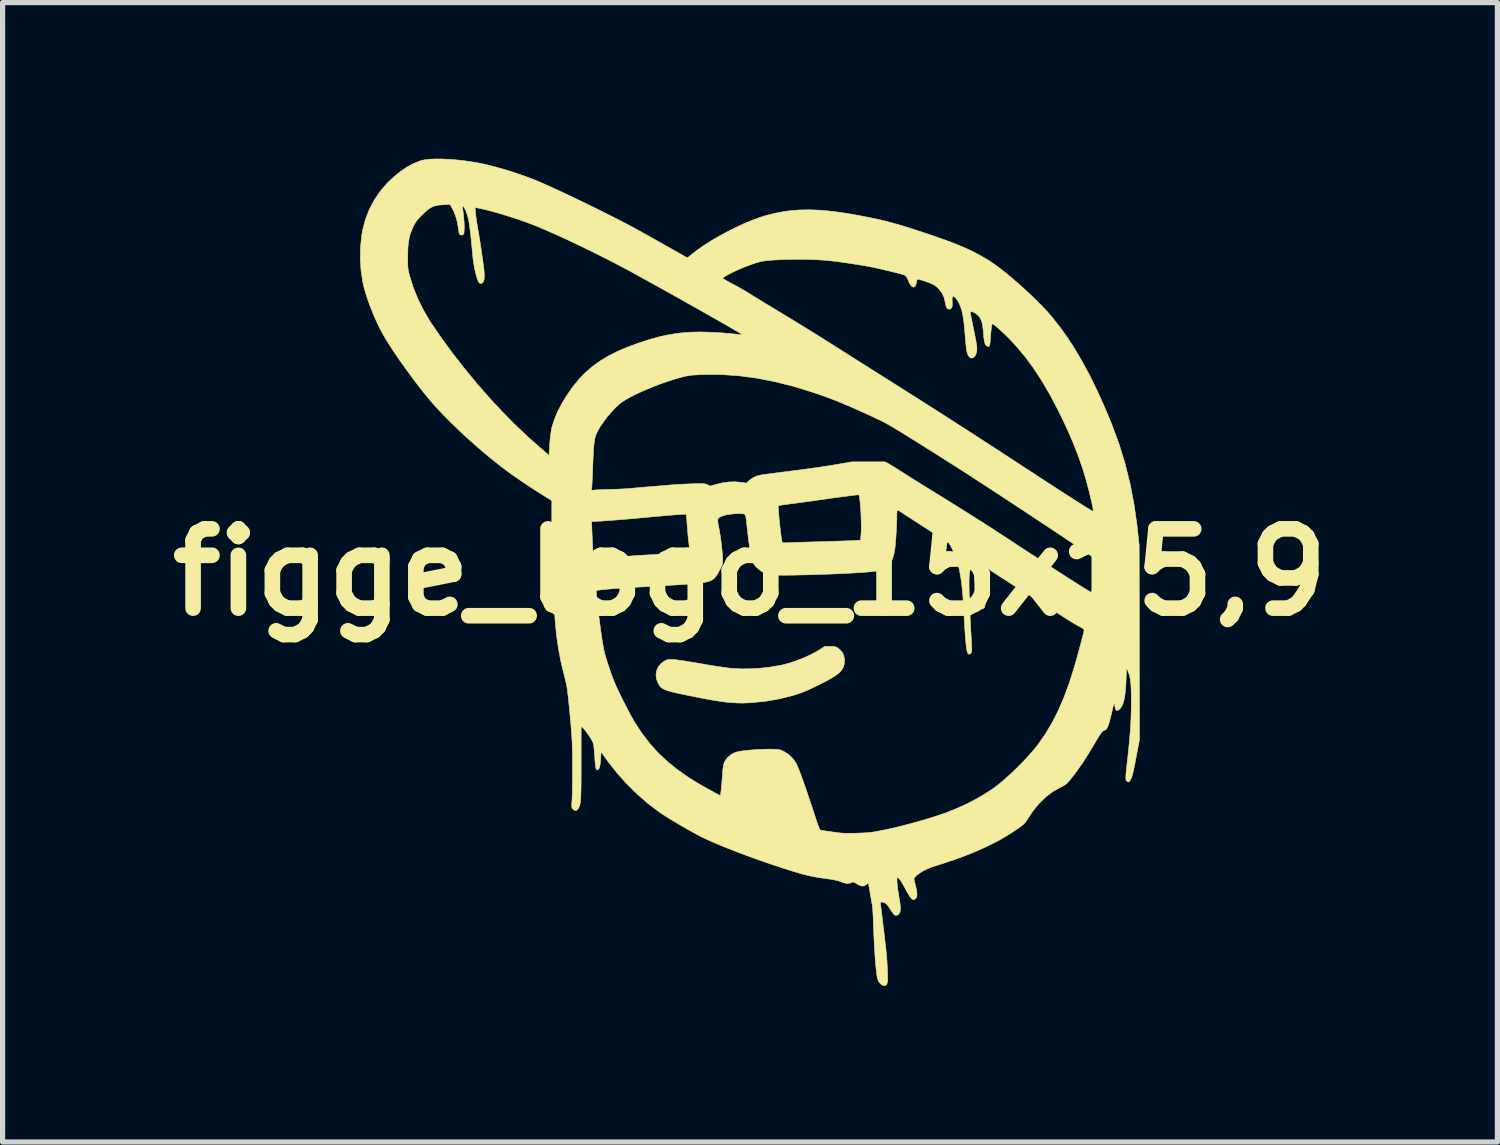
<source format=kicad_pcb>
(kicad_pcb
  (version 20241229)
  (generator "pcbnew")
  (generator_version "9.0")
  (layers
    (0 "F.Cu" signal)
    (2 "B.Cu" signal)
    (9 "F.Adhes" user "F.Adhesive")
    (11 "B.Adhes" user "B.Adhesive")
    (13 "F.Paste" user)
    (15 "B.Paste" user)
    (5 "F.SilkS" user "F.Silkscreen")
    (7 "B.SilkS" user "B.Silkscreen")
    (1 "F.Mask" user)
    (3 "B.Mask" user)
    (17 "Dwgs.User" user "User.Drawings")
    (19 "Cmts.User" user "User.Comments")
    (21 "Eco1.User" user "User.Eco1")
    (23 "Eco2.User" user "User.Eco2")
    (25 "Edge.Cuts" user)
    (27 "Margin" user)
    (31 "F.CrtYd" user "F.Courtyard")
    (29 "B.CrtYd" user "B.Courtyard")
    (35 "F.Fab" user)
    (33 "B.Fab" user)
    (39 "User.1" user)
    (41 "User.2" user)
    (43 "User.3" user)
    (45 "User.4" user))
  (footprint "figge_logo_15x15,9"
    (layer "F.Cu")
    (at 11.365 7.949)
    (property "Reference" "figge_logo_15x15,9" (at 0 0 0) (layer "F.SilkS") (effects (font (size 1.524 1.524) (thickness 0.3))))
    (attr through_hole)
    (fp_poly (pts (xy 1.59 1.424) (xy 1.635 1.431) (xy 1.67 1.444) (xy 1.703 1.467) (xy 1.722 1.483) (xy 1.772 1.537) (xy 1.802 1.596) (xy 1.815 1.668) (xy 1.816 1.699) (xy 1.812 1.754) (xy 1.8 1.805) (xy 1.779 1.851) (xy 1.747 1.896) (xy 1.702 1.941) (xy 1.642 1.986) (xy 1.566 2.034) (xy 1.472 2.087) (xy 1.358 2.145) (xy 1.299 2.174) (xy 1.203 2.221) (xy 1.121 2.259) (xy 1.05 2.289) (xy 0.984 2.315) (xy 0.918 2.338) (xy 0.847 2.361) (xy 0.816 2.37) (xy 0.577 2.43) (xy 0.325 2.475) (xy 0.062 2.503) (xy 0.035 2.505) (xy -0.038 2.509) (xy -0.094 2.512) (xy -0.142 2.514) (xy -0.186 2.513) (xy -0.236 2.512) (xy -0.294 2.509) (xy -0.375 2.503) (xy -0.46 2.495) (xy -0.552 2.483) (xy -0.652 2.468) (xy -0.765 2.449) (xy -0.893 2.426) (xy -1.038 2.397) (xy -1.147 2.376) (xy -1.274 2.349) (xy -1.381 2.327) (xy -1.469 2.307) (xy -1.541 2.288) (xy -1.598 2.271) (xy -1.643 2.253) (xy -1.679 2.235) (xy -1.706 2.215) (xy -1.728 2.192) (xy -1.747 2.166) (xy -1.765 2.136) (xy -1.767 2.131) (xy -1.798 2.052) (xy -1.807 1.971) (xy -1.796 1.892) (xy -1.764 1.819) (xy -1.713 1.756) (xy -1.653 1.711) (xy -1.632 1.699) (xy -1.612 1.689) (xy -1.591 1.682) (xy -1.566 1.677) (xy -1.537 1.675) (xy -1.501 1.675) (xy -1.455 1.678) (xy -1.399 1.684) (xy -1.331 1.694) (xy -1.247 1.706) (xy -1.148 1.723) (xy -1.03 1.742) (xy -0.892 1.766) (xy -0.806 1.781) (xy -0.713 1.796) (xy -0.618 1.811) (xy -0.526 1.824) (xy -0.443 1.836) (xy -0.374 1.844) (xy -0.341 1.847) (xy -0.168 1.856) (xy 0.018 1.854) (xy 0.21 1.842) (xy 0.4 1.82) (xy 0.582 1.789) (xy 0.623 1.78) (xy 0.751 1.746) (xy 0.886 1.702) (xy 1.022 1.649) (xy 1.152 1.59) (xy 1.269 1.529) (xy 1.33 1.492) (xy 1.439 1.423) (xy 1.53 1.423) (xy 1.59 1.424)) (stroke (width 0.01) (type solid)) (fill yes) (layer "F.SilkS"))
    (fp_poly (pts (xy -5.918 -7.943) (xy -5.787 -7.937) (xy -5.649 -7.927) (xy -5.506 -7.911) (xy -5.362 -7.891) (xy -5.219 -7.867) (xy -5.209 -7.865) (xy -5.073 -7.836) (xy -4.921 -7.798) (xy -4.759 -7.753) (xy -4.592 -7.702) (xy -4.428 -7.648) (xy -4.27 -7.592) (xy -4.124 -7.536) (xy -4.051 -7.505) (xy -3.926 -7.45) (xy -3.784 -7.385) (xy -3.629 -7.314) (xy -3.464 -7.236) (xy -3.293 -7.154) (xy -3.119 -7.07) (xy -2.946 -6.986) (xy -2.778 -6.902) (xy -2.616 -6.82) (xy -2.466 -6.743) (xy -2.329 -6.672) (xy -2.211 -6.609) (xy -2.199 -6.602) (xy -2.145 -6.572) (xy -2.076 -6.534) (xy -1.994 -6.488) (xy -1.904 -6.438) (xy -1.808 -6.384) (xy -1.709 -6.328) (xy -1.611 -6.273) (xy -1.517 -6.22) (xy -1.429 -6.171) (xy -1.352 -6.127) (xy -1.289 -6.091) (xy -1.242 -6.064) (xy -1.233 -6.059) (xy -1.216 -6.05) (xy -1.202 -6.049) (xy -1.185 -6.058) (xy -1.159 -6.078) (xy -1.133 -6.1) (xy -1.025 -6.185) (xy -0.899 -6.274) (xy -0.757 -6.365) (xy -0.605 -6.454) (xy -0.445 -6.541) (xy -0.282 -6.623) (xy -0.12 -6.699) (xy 0.038 -6.765) (xy 0.187 -6.82) (xy 0.304 -6.856) (xy 0.467 -6.898) (xy 0.629 -6.93) (xy 0.793 -6.952) (xy 0.962 -6.964) (xy 1.137 -6.967) (xy 1.322 -6.96) (xy 1.518 -6.944) (xy 1.729 -6.918) (xy 1.957 -6.882) (xy 2.14 -6.848) (xy 2.275 -6.822) (xy 2.398 -6.797) (xy 2.514 -6.771) (xy 2.626 -6.744) (xy 2.738 -6.714) (xy 2.854 -6.682) (xy 2.978 -6.644) (xy 3.113 -6.602) (xy 3.264 -6.552) (xy 3.376 -6.515) (xy 3.555 -6.455) (xy 3.714 -6.399) (xy 3.856 -6.347) (xy 3.984 -6.297) (xy 4.099 -6.249) (xy 4.206 -6.201) (xy 4.307 -6.152) (xy 4.404 -6.1) (xy 4.5 -6.046) (xy 4.58 -5.998) (xy 4.671 -5.938) (xy 4.775 -5.863) (xy 4.888 -5.775) (xy 5.008 -5.677) (xy 5.131 -5.571) (xy 5.256 -5.46) (xy 5.378 -5.347) (xy 5.496 -5.234) (xy 5.605 -5.124) (xy 5.705 -5.019) (xy 5.79 -4.922) (xy 5.805 -4.904) (xy 5.961 -4.706) (xy 6.111 -4.495) (xy 6.256 -4.27) (xy 6.397 -4.028) (xy 6.536 -3.769) (xy 6.672 -3.491) (xy 6.807 -3.192) (xy 6.941 -2.872) (xy 6.961 -2.822) (xy 7.094 -2.46) (xy 7.208 -2.087) (xy 7.304 -1.704) (xy 7.38 -1.309) (xy 7.438 -0.9) (xy 7.449 -0.8) (xy 7.479 -0.523) (xy 7.482 1.346) (xy 7.485 3.216) (xy 7.44 3.451) (xy 7.418 3.568) (xy 7.4 3.663) (xy 7.384 3.741) (xy 7.371 3.803) (xy 7.36 3.852) (xy 7.35 3.891) (xy 7.34 3.922) (xy 7.331 3.947) (xy 7.321 3.97) (xy 7.299 4.011) (xy 7.28 4.03) (xy 7.26 4.028) (xy 7.238 4.01) (xy 7.232 4.002) (xy 7.227 3.992) (xy 7.224 3.977) (xy 7.222 3.956) (xy 7.223 3.926) (xy 7.225 3.886) (xy 7.23 3.832) (xy 7.237 3.763) (xy 7.246 3.676) (xy 7.258 3.57) (xy 7.267 3.487) (xy 7.286 3.304) (xy 7.301 3.138) (xy 7.313 2.983) (xy 7.321 2.83) (xy 7.326 2.676) (xy 7.328 2.512) (xy 7.328 2.469) (xy 7.327 2.342) (xy 7.325 2.235) (xy 7.319 2.146) (xy 7.311 2.071) (xy 7.299 2.008) (xy 7.284 1.953) (xy 7.265 1.903) (xy 7.263 1.899) (xy 7.236 1.84) (xy 7.228 2.052) (xy 7.222 2.188) (xy 7.212 2.302) (xy 7.199 2.398) (xy 7.183 2.476) (xy 7.162 2.54) (xy 7.136 2.59) (xy 7.107 2.628) (xy 7.076 2.651) (xy 7.052 2.655) (xy 7.037 2.65) (xy 7.027 2.635) (xy 7.018 2.604) (xy 7.014 2.581) (xy 7.007 2.546) (xy 7 2.525) (xy 6.995 2.522) (xy 6.99 2.538) (xy 6.981 2.571) (xy 6.969 2.618) (xy 6.957 2.673) (xy 6.956 2.675) (xy 6.93 2.786) (xy 6.907 2.875) (xy 6.884 2.943) (xy 6.863 2.991) (xy 6.843 3.021) (xy 6.823 3.033) (xy 6.818 3.034) (xy 6.799 3.039) (xy 6.778 3.055) (xy 6.752 3.083) (xy 6.721 3.127) (xy 6.683 3.187) (xy 6.636 3.266) (xy 6.619 3.296) (xy 6.505 3.486) (xy 6.388 3.668) (xy 6.269 3.836) (xy 6.186 3.944) (xy 6.143 3.997) (xy 6.11 4.036) (xy 6.083 4.064) (xy 6.058 4.084) (xy 6.03 4.101) (xy 5.996 4.119) (xy 5.978 4.127) (xy 5.83 4.209) (xy 5.69 4.313) (xy 5.561 4.437) (xy 5.442 4.581) (xy 5.338 4.738) (xy 5.302 4.792) (xy 5.266 4.834) (xy 5.219 4.874) (xy 5.201 4.888) (xy 5 5.025) (xy 4.777 5.156) (xy 4.532 5.279) (xy 4.264 5.397) (xy 3.974 5.507) (xy 3.663 5.611) (xy 3.61 5.627) (xy 3.489 5.667) (xy 3.392 5.706) (xy 3.334 5.736) (xy 3.271 5.774) (xy 3.218 5.813) (xy 3.179 5.848) (xy 3.156 5.878) (xy 3.151 5.893) (xy 3.154 5.913) (xy 3.162 5.949) (xy 3.174 5.996) (xy 3.181 6.023) (xy 3.201 6.11) (xy 3.209 6.178) (xy 3.206 6.228) (xy 3.191 6.262) (xy 3.187 6.268) (xy 3.165 6.285) (xy 3.144 6.292) (xy 3.122 6.285) (xy 3.098 6.264) (xy 3.069 6.227) (xy 3.035 6.172) (xy 2.993 6.098) (xy 2.976 6.065) (xy 2.934 5.991) (xy 2.901 5.935) (xy 2.874 5.898) (xy 2.852 5.876) (xy 2.834 5.868) (xy 2.831 5.868) (xy 2.825 5.879) (xy 2.824 5.91) (xy 2.826 5.96) (xy 2.832 6.023) (xy 2.841 6.1) (xy 2.854 6.185) (xy 2.863 6.244) (xy 2.877 6.328) (xy 2.886 6.392) (xy 2.891 6.442) (xy 2.891 6.48) (xy 2.887 6.51) (xy 2.879 6.537) (xy 2.876 6.544) (xy 2.852 6.578) (xy 2.819 6.594) (xy 2.783 6.589) (xy 2.779 6.587) (xy 2.763 6.572) (xy 2.74 6.542) (xy 2.712 6.502) (xy 2.695 6.474) (xy 2.655 6.414) (xy 2.619 6.373) (xy 2.585 6.349) (xy 2.549 6.339) (xy 2.533 6.338) (xy 2.513 6.34) (xy 2.506 6.35) (xy 2.507 6.375) (xy 2.509 6.382) (xy 2.512 6.409) (xy 2.518 6.457) (xy 2.526 6.52) (xy 2.536 6.597) (xy 2.546 6.684) (xy 2.557 6.777) (xy 2.569 6.873) (xy 2.58 6.969) (xy 2.591 7.061) (xy 2.6 7.145) (xy 2.609 7.22) (xy 2.615 7.28) (xy 2.617 7.291) (xy 2.624 7.363) (xy 2.63 7.444) (xy 2.635 7.528) (xy 2.64 7.611) (xy 2.643 7.69) (xy 2.645 7.761) (xy 2.645 7.82) (xy 2.644 7.862) (xy 2.642 7.882) (xy 2.623 7.924) (xy 2.596 7.945) (xy 2.562 7.944) (xy 2.523 7.921) (xy 2.505 7.905) (xy 2.469 7.86) (xy 2.449 7.807) (xy 2.448 7.8) (xy 2.437 7.739) (xy 2.427 7.656) (xy 2.416 7.553) (xy 2.406 7.432) (xy 2.397 7.295) (xy 2.388 7.144) (xy 2.38 6.98) (xy 2.373 6.806) (xy 2.369 6.685) (xy 2.366 6.609) (xy 2.362 6.538) (xy 2.358 6.476) (xy 2.354 6.428) (xy 2.35 6.398) (xy 2.35 6.397) (xy 2.344 6.367) (xy 2.335 6.319) (xy 2.325 6.259) (xy 2.313 6.193) (xy 2.308 6.162) (xy 2.297 6.099) (xy 2.288 6.046) (xy 2.28 6.004) (xy 2.275 5.98) (xy 2.274 5.975) (xy 2.264 5.979) (xy 2.243 5.994) (xy 2.234 6.002) (xy 2.194 6.026) (xy 2.152 6.031) (xy 2.104 6.017) (xy 2.058 5.991) (xy 2.02 5.968) (xy 1.996 5.955) (xy 1.977 5.953) (xy 1.958 5.959) (xy 1.938 5.969) (xy 1.898 5.981) (xy 1.85 5.98) (xy 1.79 5.964) (xy 1.746 5.947) (xy 1.694 5.929) (xy 1.624 5.913) (xy 1.532 5.897) (xy 1.493 5.892) (xy 1.405 5.88) (xy 1.325 5.868) (xy 1.251 5.855) (xy 1.18 5.841) (xy 1.108 5.825) (xy 1.033 5.807) (xy 0.953 5.784) (xy 0.863 5.758) (xy 0.762 5.727) (xy 0.647 5.69) (xy 0.514 5.646) (xy 0.406 5.611) (xy 0.251 5.558) (xy 0.091 5.501) (xy -0.071 5.442) (xy -0.231 5.382) (xy -0.386 5.321) (xy -0.534 5.262) (xy -0.67 5.205) (xy -0.791 5.152) (xy -0.896 5.103) (xy -0.941 5.081) (xy -1.017 5.041) (xy -1.106 4.992) (xy -1.204 4.938) (xy -1.306 4.879) (xy -1.408 4.819) (xy -1.507 4.76) (xy -1.597 4.704) (xy -1.675 4.655) (xy -1.736 4.613) (xy -1.738 4.612) (xy -1.955 4.449) (xy -2.166 4.265) (xy -2.369 4.066) (xy -2.558 3.854) (xy -2.732 3.633) (xy -2.793 3.548) (xy -2.863 3.446) (xy -2.87 3.584) (xy -2.877 3.672) (xy -2.889 3.736) (xy -2.905 3.778) (xy -2.926 3.797) (xy -2.935 3.798) (xy -2.946 3.795) (xy -2.956 3.783) (xy -2.963 3.761) (xy -2.97 3.725) (xy -2.976 3.672) (xy -2.981 3.601) (xy -2.985 3.54) (xy -2.99 3.469) (xy -2.996 3.403) (xy -3.002 3.348) (xy -3.007 3.307) (xy -3.011 3.29) (xy -3.025 3.256) (xy -3.05 3.21) (xy -3.083 3.158) (xy -3.12 3.104) (xy -3.156 3.054) (xy -3.19 3.013) (xy -3.203 2.999) (xy -3.246 2.959) (xy -3.246 3.653) (xy -3.246 3.809) (xy -3.246 3.944) (xy -3.247 4.059) (xy -3.248 4.156) (xy -3.25 4.238) (xy -3.252 4.305) (xy -3.255 4.359) (xy -3.259 4.403) (xy -3.264 4.439) (xy -3.27 4.468) (xy -3.277 4.492) (xy -3.286 4.513) (xy -3.293 4.528) (xy -3.319 4.566) (xy -3.348 4.581) (xy -3.379 4.572) (xy -3.412 4.543) (xy -3.42 4.531) (xy -3.425 4.514) (xy -3.427 4.487) (xy -3.426 4.447) (xy -3.422 4.388) (xy -3.421 4.38) (xy -3.418 4.32) (xy -3.416 4.24) (xy -3.414 4.144) (xy -3.413 4.036) (xy -3.412 3.92) (xy -3.412 3.8) (xy -3.412 3.679) (xy -3.413 3.561) (xy -3.414 3.45) (xy -3.417 3.35) (xy -3.419 3.264) (xy -3.422 3.216) (xy -3.426 3.143) (xy -3.432 3.056) (xy -3.44 2.959) (xy -3.449 2.854) (xy -3.459 2.746) (xy -3.469 2.638) (xy -3.48 2.533) (xy -3.49 2.435) (xy -3.5 2.348) (xy -3.509 2.274) (xy -3.517 2.217) (xy -3.522 2.187) (xy -3.531 2.141) (xy -3.546 2.081) (xy -3.562 2.012) (xy -3.579 1.945) (xy -3.58 1.94) (xy -3.639 1.696) (xy -3.684 1.455) (xy -3.719 1.209) (xy -3.744 0.95) (xy -3.745 0.94) (xy -3.76 0.717) (xy -3.773 0.475) (xy -3.778 0.366) (xy -2.956 0.366) (xy -2.955 0.401) (xy -2.95 0.453) (xy -2.944 0.521) (xy -2.935 0.6) (xy -2.925 0.69) (xy -2.913 0.787) (xy -2.9 0.887) (xy -2.887 0.99) (xy -2.873 1.091) (xy -2.859 1.188) (xy -2.846 1.278) (xy -2.833 1.36) (xy -2.821 1.429) (xy -2.811 1.483) (xy -2.809 1.493) (xy -2.791 1.566) (xy -2.766 1.655) (xy -2.734 1.756) (xy -2.699 1.861) (xy -2.662 1.966) (xy -2.624 2.066) (xy -2.588 2.154) (xy -2.582 2.17) (xy -2.546 2.249) (xy -2.502 2.341) (xy -2.452 2.442) (xy -2.4 2.545) (xy -2.347 2.647) (xy -2.297 2.741) (xy -2.251 2.823) (xy -2.217 2.881) (xy -2.079 3.093) (xy -1.93 3.287) (xy -1.768 3.468) (xy -1.591 3.635) (xy -1.396 3.793) (xy -1.182 3.943) (xy -1.051 4.025) (xy -1.002 4.054) (xy -0.944 4.088) (xy -0.881 4.124) (xy -0.816 4.16) (xy -0.752 4.196) (xy -0.694 4.228) (xy -0.643 4.255) (xy -0.603 4.276) (xy -0.578 4.288) (xy -0.57 4.29) (xy -0.567 4.276) (xy -0.562 4.242) (xy -0.556 4.193) (xy -0.549 4.131) (xy -0.543 4.061) (xy -0.537 3.986) (xy -0.531 3.911) (xy -0.529 3.884) (xy -0.523 3.797) (xy -0.514 3.73) (xy -0.502 3.677) (xy -0.485 3.635) (xy -0.462 3.598) (xy -0.431 3.562) (xy -0.42 3.551) (xy -0.365 3.504) (xy -0.306 3.471) (xy -0.234 3.448) (xy -0.189 3.439) (xy -0.117 3.429) (xy -0.028 3.419) (xy 0.072 3.411) (xy 0.175 3.405) (xy 0.276 3.401) (xy 0.368 3.399) (xy 0.424 3.4) (xy 0.487 3.402) (xy 0.532 3.405) (xy 0.566 3.41) (xy 0.596 3.419) (xy 0.627 3.432) (xy 0.651 3.444) (xy 0.741 3.501) (xy 0.82 3.576) (xy 0.883 3.665) (xy 0.899 3.697) (xy 0.92 3.746) (xy 0.948 3.815) (xy 0.981 3.901) (xy 1.018 4.004) (xy 1.059 4.12) (xy 1.102 4.247) (xy 1.148 4.382) (xy 1.195 4.524) (xy 1.222 4.605) (xy 1.249 4.689) (xy 1.275 4.767) (xy 1.298 4.834) (xy 1.318 4.888) (xy 1.333 4.926) (xy 1.342 4.946) (xy 1.343 4.948) (xy 1.354 4.953) (xy 1.377 4.958) (xy 1.414 4.965) (xy 1.467 4.974) (xy 1.538 4.984) (xy 1.628 4.996) (xy 1.723 5.009) (xy 1.775 5.013) (xy 1.846 5.016) (xy 1.93 5.016) (xy 2.02 5.015) (xy 2.113 5.012) (xy 2.202 5.008) (xy 2.282 5.002) (xy 2.347 4.995) (xy 2.367 4.992) (xy 2.508 4.967) (xy 2.666 4.934) (xy 2.836 4.895) (xy 3.012 4.85) (xy 3.191 4.802) (xy 3.367 4.752) (xy 3.535 4.7) (xy 3.691 4.648) (xy 3.804 4.608) (xy 3.988 4.533) (xy 4.17 4.45) (xy 4.345 4.359) (xy 4.51 4.263) (xy 4.66 4.165) (xy 4.78 4.075) (xy 4.894 3.98) (xy 5.012 3.873) (xy 5.131 3.758) (xy 5.248 3.64) (xy 5.357 3.523) (xy 5.455 3.41) (xy 5.538 3.306) (xy 5.544 3.298) (xy 5.68 3.102) (xy 5.807 2.889) (xy 5.924 2.657) (xy 6.033 2.406) (xy 6.133 2.135) (xy 6.225 1.846) (xy 6.248 1.766) (xy 6.273 1.68) (xy 6.298 1.59) (xy 6.322 1.5) (xy 6.346 1.412) (xy 6.368 1.33) (xy 6.387 1.256) (xy 6.403 1.194) (xy 6.414 1.147) (xy 6.42 1.118) (xy 6.421 1.112) (xy 6.414 1.096) (xy 6.393 1.077) (xy 6.355 1.054) (xy 6.333 1.043) (xy 6.307 1.029) (xy 6.277 1.012) (xy 6.242 0.992) (xy 6.2 0.967) (xy 6.149 0.936) (xy 6.088 0.898) (xy 6.015 0.852) (xy 5.928 0.796) (xy 5.824 0.73) (xy 5.703 0.653) (xy 5.691 0.645) (xy 5.609 0.592) (xy 5.517 0.534) (xy 5.423 0.475) (xy 5.334 0.419) (xy 5.257 0.371) (xy 5.256 0.371) (xy 5.188 0.328) (xy 5.105 0.276) (xy 5.014 0.218) (xy 4.92 0.157) (xy 4.828 0.098) (xy 4.768 0.059) (xy 4.678 -0.000088) (xy 4.606 -0.047) (xy 4.549 -0.084) (xy 4.506 -0.111) (xy 4.474 -0.13) (xy 4.452 -0.142) (xy 4.438 -0.149) (xy 4.43 -0.151) (xy 4.426 -0.149) (xy 4.425 -0.149) (xy 4.425 -0.136) (xy 4.427 -0.103) (xy 4.433 -0.055) (xy 4.44 0.006) (xy 4.448 0.075) (xy 4.458 0.149) (xy 4.468 0.224) (xy 4.478 0.296) (xy 4.488 0.362) (xy 4.497 0.418) (xy 4.499 0.429) (xy 4.508 0.49) (xy 4.513 0.551) (xy 4.515 0.606) (xy 4.513 0.649) (xy 4.508 0.676) (xy 4.506 0.678) (xy 4.49 0.692) (xy 4.465 0.705) (xy 4.425 0.71) (xy 4.393 0.693) (xy 4.374 0.662) (xy 4.369 0.642) (xy 4.364 0.603) (xy 4.357 0.547) (xy 4.35 0.479) (xy 4.343 0.402) (xy 4.339 0.354) (xy 4.327 0.214) (xy 4.315 0.097) (xy 4.305 0.003) (xy 4.295 -0.07) (xy 4.286 -0.122) (xy 4.285 -0.128) (xy 4.277 -0.147) (xy 4.266 -0.142) (xy 4.252 -0.115) (xy 4.236 -0.064) (xy 4.232 -0.051) (xy 4.222 -0.01) (xy 4.216 0.035) (xy 4.212 0.09) (xy 4.21 0.159) (xy 4.21 0.207) (xy 4.211 0.3) (xy 4.213 0.411) (xy 4.217 0.539) (xy 4.222 0.677) (xy 4.228 0.823) (xy 4.235 0.971) (xy 4.243 1.119) (xy 4.251 1.252) (xy 4.256 1.34) (xy 4.26 1.408) (xy 4.262 1.458) (xy 4.262 1.494) (xy 4.26 1.519) (xy 4.257 1.536) (xy 4.251 1.547) (xy 4.25 1.549) (xy 4.227 1.572) (xy 4.203 1.573) (xy 4.189 1.561) (xy 4.179 1.542) (xy 4.17 1.507) (xy 4.161 1.457) (xy 4.152 1.389) (xy 4.144 1.302) (xy 4.135 1.196) (xy 4.127 1.07) (xy 4.118 0.922) (xy 4.109 0.766) (xy 4.1 0.603) (xy 4.091 0.46) (xy 4.08 0.335) (xy 4.068 0.223) (xy 4.054 0.122) (xy 4.038 0.028) (xy 4.02 -0.062) (xy 3.998 -0.151) (xy 3.979 -0.218) (xy 3.96 -0.277) (xy 3.935 -0.341) (xy 3.907 -0.406) (xy 3.878 -0.466) (xy 3.851 -0.516) (xy 3.827 -0.552) (xy 3.818 -0.562) (xy 3.802 -0.573) (xy 3.769 -0.596) (xy 3.721 -0.628) (xy 3.66 -0.667) (xy 3.589 -0.714) (xy 3.509 -0.765) (xy 3.424 -0.82) (xy 3.41 -0.829) (xy 3.321 -0.886) (xy 3.235 -0.942) (xy 3.154 -0.994) (xy 3.082 -1.041) (xy 3.02 -1.08) (xy 2.973 -1.111) (xy 2.943 -1.131) (xy 2.943 -1.131) (xy 2.892 -1.165) (xy 2.858 -1.186) (xy 2.837 -1.192) (xy 2.826 -1.183) (xy 2.823 -1.157) (xy 2.822 -1.113) (xy 2.822 -1.092) (xy 2.821 -1.025) (xy 2.818 -0.943) (xy 2.814 -0.85) (xy 2.809 -0.754) (xy 2.803 -0.66) (xy 2.796 -0.573) (xy 2.79 -0.502) (xy 2.786 -0.47) (xy 2.767 -0.355) (xy 2.739 -0.26) (xy 2.701 -0.184) (xy 2.652 -0.123) (xy 2.589 -0.077) (xy 2.513 -0.043) (xy 2.511 -0.042) (xy 2.465 -0.03) (xy 2.396 -0.02) (xy 2.304 -0.009) (xy 2.188 0.001) (xy 2.049 0.01) (xy 1.887 0.019) (xy 1.701 0.028) (xy 1.493 0.036) (xy 1.261 0.044) (xy 1.087 0.049) (xy 0.933 0.052) (xy 0.801 0.055) (xy 0.688 0.056) (xy 0.593 0.056) (xy 0.513 0.054) (xy 0.447 0.05) (xy 0.393 0.044) (xy 0.348 0.037) (xy 0.312 0.027) (xy 0.281 0.016) (xy 0.261 0.006) (xy 0.199 -0.034) (xy 0.141 -0.081) (xy 0.093 -0.131) (xy 0.061 -0.178) (xy 0.06 -0.181) (xy 0.042 -0.228) (xy 0.024 -0.299) (xy 0.006 -0.393) (xy -0.013 -0.511) (xy -0.032 -0.652) (xy -0.051 -0.817) (xy -0.064 -0.935) (xy -0.072 -1.004) (xy -0.079 -1.053) (xy -0.086 -1.085) (xy -0.094 -1.105) (xy -0.102 -1.115) (xy -0.126 -1.123) (xy -0.168 -1.127) (xy -0.223 -1.128) (xy -0.285 -1.126) (xy -0.349 -1.12) (xy -0.411 -1.112) (xy -0.465 -1.102) (xy -0.494 -1.094) (xy -0.548 -1.076) (xy -0.586 -1.059) (xy -0.609 -1.04) (xy -0.62 -1.013) (xy -0.62 -0.976) (xy -0.612 -0.924) (xy -0.601 -0.869) (xy -0.588 -0.798) (xy -0.574 -0.713) (xy -0.561 -0.621) (xy -0.549 -0.526) (xy -0.539 -0.434) (xy -0.531 -0.351) (xy -0.526 -0.284) (xy -0.526 -0.26) (xy -0.525 -0.211) (xy -0.528 -0.176) (xy -0.535 -0.145) (xy -0.549 -0.11) (xy -0.572 -0.064) (xy -0.575 -0.059) (xy -0.617 0.019) (xy -0.655 0.078) (xy -0.693 0.121) (xy -0.735 0.151) (xy -0.784 0.172) (xy -0.846 0.188) (xy -0.876 0.193) (xy -0.92 0.2) (xy -0.971 0.206) (xy -1.031 0.213) (xy -1.102 0.22) (xy -1.184 0.227) (xy -1.279 0.234) (xy -1.389 0.241) (xy -1.514 0.249) (xy -1.657 0.258) (xy -1.818 0.267) (xy -1.999 0.277) (xy -2.202 0.287) (xy -2.317 0.293) (xy -2.4 0.298) (xy -2.488 0.304) (xy -2.576 0.311) (xy -2.663 0.318) (xy -2.744 0.325) (xy -2.816 0.332) (xy -2.877 0.339) (xy -2.922 0.345) (xy -2.949 0.35) (xy -2.954 0.352) (xy -2.956 0.366) (xy -3.778 0.366) (xy -3.785 0.219) (xy -3.794 -0.045) (xy -3.802 -0.314) (xy -3.807 -0.581) (xy -3.81 -0.843) (xy -3.81 -0.966) (xy -3.81 -0.976) (xy -3.045 -0.976) (xy -3.039 -0.814) (xy -3.033 -0.682) (xy -3.028 -0.572) (xy -3.024 -0.482) (xy -3.021 -0.41) (xy -3.017 -0.353) (xy -3.015 -0.311) (xy -3.012 -0.282) (xy -3.01 -0.263) (xy -3.008 -0.253) (xy -3.007 -0.251) (xy -2.992 -0.247) (xy -2.954 -0.248) (xy -2.894 -0.254) (xy -2.853 -0.26) (xy -2.778 -0.27) (xy -2.691 -0.28) (xy -2.606 -0.289) (xy -2.555 -0.293) (xy -2.151 -0.324) (xy -1.726 -0.347) (xy -1.535 -0.355) (xy -1.443 -0.358) (xy -1.359 -0.361) (xy -1.286 -0.364) (xy -1.227 -0.367) (xy -1.183 -0.369) (xy -1.159 -0.37) (xy -1.155 -0.371) (xy -1.155 -0.383) (xy -1.158 -0.414) (xy -1.163 -0.461) (xy -1.17 -0.519) (xy -1.176 -0.563) (xy -1.186 -0.647) (xy -1.195 -0.74) (xy -1.203 -0.834) (xy -1.209 -0.916) (xy -1.21 -0.929) (xy -1.214 -0.992) (xy -1.218 -1.045) (xy -1.222 -1.086) (xy -1.226 -1.11) (xy -1.227 -1.114) (xy -1.242 -1.115) (xy -1.279 -1.115) (xy -1.338 -1.111) (xy -1.417 -1.106) (xy -1.517 -1.098) (xy -1.636 -1.088) (xy -1.773 -1.076) (xy -1.927 -1.062) (xy -2.092 -1.047) (xy -2.184 -1.038) (xy -2.285 -1.029) (xy -2.39 -1.02) (xy -2.497 -1.011) (xy -2.603 -1.003) (xy -2.704 -0.995) (xy -2.796 -0.989) (xy -2.878 -0.983) (xy -2.945 -0.979) (xy -2.994 -0.977) (xy -3.018 -0.976) (xy -3.045 -0.976) (xy -3.81 -0.976) (xy -3.81 -1.281) (xy 0.542 -1.281) (xy 0.548 -1.178) (xy 0.553 -1.11) (xy 0.559 -1.033) (xy 0.567 -0.952) (xy 0.576 -0.87) (xy 0.585 -0.791) (xy 0.594 -0.719) (xy 0.603 -0.657) (xy 0.611 -0.609) (xy 0.617 -0.579) (xy 0.62 -0.572) (xy 0.634 -0.568) (xy 0.666 -0.566) (xy 0.711 -0.567) (xy 0.757 -0.568) (xy 0.799 -0.57) (xy 0.86 -0.573) (xy 0.939 -0.576) (xy 1.03 -0.579) (xy 1.13 -0.582) (xy 1.236 -0.585) (xy 1.345 -0.588) (xy 1.352 -0.588) (xy 1.462 -0.591) (xy 1.571 -0.595) (xy 1.675 -0.598) (xy 1.77 -0.601) (xy 1.854 -0.604) (xy 1.921 -0.607) (xy 1.969 -0.609) (xy 1.97 -0.609) (xy 2.123 -0.617) (xy 2.132 -0.711) (xy 2.136 -0.768) (xy 2.138 -0.837) (xy 2.138 -0.916) (xy 2.136 -1.001) (xy 2.133 -1.089) (xy 2.129 -1.176) (xy 2.123 -1.259) (xy 2.117 -1.334) (xy 2.11 -1.398) (xy 2.103 -1.448) (xy 2.095 -1.48) (xy 2.09 -1.489) (xy 2.077 -1.489) (xy 2.043 -1.486) (xy 1.991 -1.48) (xy 1.923 -1.472) (xy 1.841 -1.461) (xy 1.748 -1.449) (xy 1.646 -1.435) (xy 1.573 -1.425) (xy 1.456 -1.408) (xy 1.337 -1.392) (xy 1.221 -1.375) (xy 1.11 -1.36) (xy 1.01 -1.346) (xy 0.925 -1.335) (xy 0.857 -1.325) (xy 0.841 -1.323) (xy 0.768 -1.314) (xy 0.702 -1.304) (xy 0.645 -1.297) (xy 0.603 -1.291) (xy 0.58 -1.287) (xy 0.542 -1.281) (xy -3.81 -1.281) (xy -3.81 -1.376) (xy -3.872 -1.415) (xy -4.018 -1.507) (xy -4.122 -1.573) (xy -3.047 -1.573) (xy -3.002 -1.58) (xy -2.978 -1.582) (xy -2.934 -1.585) (xy -2.874 -1.587) (xy -2.803 -1.59) (xy -2.725 -1.593) (xy -2.681 -1.594) (xy -2.596 -1.596) (xy -2.512 -1.599) (xy -2.434 -1.603) (xy -2.368 -1.607) (xy -2.319 -1.61) (xy -2.305 -1.612) (xy -2.26 -1.616) (xy -2.198 -1.622) (xy -2.125 -1.628) (xy -2.045 -1.635) (xy -1.976 -1.641) (xy -1.886 -1.648) (xy -1.788 -1.656) (xy -1.69 -1.664) (xy -1.6 -1.672) (xy -1.552 -1.676) (xy -1.475 -1.683) (xy -1.382 -1.689) (xy -1.283 -1.694) (xy -1.185 -1.698) (xy -1.117 -1.701) (xy -1.035 -1.703) (xy -0.973 -1.704) (xy -0.927 -1.704) (xy -0.893 -1.702) (xy -0.867 -1.699) (xy -0.847 -1.694) (xy -0.827 -1.686) (xy -0.819 -1.683) (xy -0.763 -1.658) (xy -0.661 -1.687) (xy -0.529 -1.719) (xy -0.407 -1.736) (xy -0.29 -1.739) (xy -0.17 -1.729) (xy -0.159 -1.727) (xy -0.07 -1.714) (xy -0.017 -1.763) (xy 0.05 -1.813) (xy 0.126 -1.849) (xy 0.201 -1.868) (xy 0.226 -1.872) (xy 0.271 -1.879) (xy 0.335 -1.888) (xy 0.413 -1.898) (xy 0.504 -1.91) (xy 0.605 -1.923) (xy 0.713 -1.937) (xy 0.788 -1.946) (xy 0.912 -1.962) (xy 1.042 -1.979) (xy 1.173 -1.997) (xy 1.301 -2.015) (xy 1.421 -2.033) (xy 1.528 -2.049) (xy 1.617 -2.064) (xy 1.635 -2.067) (xy 1.958 -2.122) (xy 2.593 -2.123) (xy 2.658 -2.089) (xy 2.686 -2.072) (xy 2.731 -2.046) (xy 2.788 -2.011) (xy 2.853 -1.97) (xy 2.922 -1.926) (xy 2.952 -1.907) (xy 3.02 -1.864) (xy 3.104 -1.81) (xy 3.199 -1.751) (xy 3.299 -1.688) (xy 3.401 -1.625) (xy 3.499 -1.564) (xy 3.534 -1.543) (xy 3.769 -1.398) (xy 3.987 -1.262) (xy 4.193 -1.133) (xy 4.39 -1.008) (xy 4.583 -0.885) (xy 4.774 -0.762) (xy 4.968 -0.636) (xy 5.145 -0.519) (xy 5.26 -0.443) (xy 5.38 -0.365) (xy 5.502 -0.286) (xy 5.624 -0.206) (xy 5.746 -0.127) (xy 5.865 -0.05) (xy 5.98 0.024) (xy 6.089 0.094) (xy 6.191 0.159) (xy 6.284 0.218) (xy 6.366 0.27) (xy 6.436 0.314) (xy 6.492 0.348) (xy 6.533 0.373) (xy 6.556 0.386) (xy 6.561 0.388) (xy 6.565 0.377) (xy 6.572 0.346) (xy 6.58 0.298) (xy 6.59 0.237) (xy 6.602 0.166) (xy 6.607 0.132) (xy 6.618 0.053) (xy 6.628 -0.022) (xy 6.636 -0.088) (xy 6.642 -0.142) (xy 6.644 -0.178) (xy 6.644 -0.185) (xy 6.643 -0.218) (xy 6.637 -0.241) (xy 6.623 -0.261) (xy 6.596 -0.285) (xy 6.582 -0.295) (xy 6.556 -0.315) (xy 6.512 -0.346) (xy 6.451 -0.388) (xy 6.374 -0.44) (xy 6.284 -0.501) (xy 6.182 -0.57) (xy 6.068 -0.646) (xy 5.945 -0.728) (xy 5.815 -0.815) (xy 5.677 -0.906) (xy 5.535 -1) (xy 5.389 -1.097) (xy 5.241 -1.195) (xy 5.092 -1.292) (xy 4.945 -1.39) (xy 4.799 -1.485) (xy 4.658 -1.578) (xy 4.521 -1.667) (xy 4.391 -1.751) (xy 4.27 -1.83) (xy 4.158 -1.903) (xy 4.057 -1.967) (xy 3.969 -2.024) (xy 3.933 -2.046) (xy 3.747 -2.164) (xy 3.579 -2.271) (xy 3.428 -2.366) (xy 3.293 -2.45) (xy 3.174 -2.525) (xy 3.068 -2.591) (xy 2.975 -2.649) (xy 2.894 -2.699) (xy 2.823 -2.742) (xy 2.76 -2.78) (xy 2.706 -2.812) (xy 2.658 -2.839) (xy 2.615 -2.863) (xy 2.577 -2.884) (xy 2.542 -2.902) (xy 2.509 -2.919) (xy 2.476 -2.934) (xy 2.469 -2.937) (xy 2.294 -3.019) (xy 2.136 -3.091) (xy 1.993 -3.155) (xy 1.861 -3.212) (xy 1.738 -3.263) (xy 1.62 -3.311) (xy 1.504 -3.355) (xy 1.388 -3.397) (xy 1.267 -3.439) (xy 1.174 -3.47) (xy 0.814 -3.58) (xy 0.46 -3.667) (xy 0.114 -3.734) (xy -0.225 -3.778) (xy -0.557 -3.8) (xy -0.881 -3.801) (xy -0.941 -3.799) (xy -1.028 -3.794) (xy -1.096 -3.79) (xy -1.153 -3.784) (xy -1.203 -3.776) (xy -1.252 -3.766) (xy -1.305 -3.753) (xy -1.305 -3.753) (xy -1.433 -3.717) (xy -1.566 -3.675) (xy -1.701 -3.628) (xy -1.837 -3.577) (xy -1.968 -3.523) (xy -2.094 -3.469) (xy -2.21 -3.414) (xy -2.314 -3.361) (xy -2.403 -3.31) (xy -2.474 -3.263) (xy -2.507 -3.237) (xy -2.589 -3.161) (xy -2.67 -3.074) (xy -2.749 -2.981) (xy -2.82 -2.886) (xy -2.883 -2.794) (xy -2.932 -2.708) (xy -2.962 -2.64) (xy -2.974 -2.604) (xy -2.984 -2.564) (xy -2.992 -2.516) (xy -2.999 -2.457) (xy -3.006 -2.386) (xy -3.011 -2.299) (xy -3.016 -2.194) (xy -3.021 -2.069) (xy -3.022 -2.052) (xy -3.025 -1.961) (xy -3.029 -1.874) (xy -3.032 -1.795) (xy -3.035 -1.728) (xy -3.038 -1.677) (xy -3.04 -1.645) (xy -3.041 -1.642) (xy -3.047 -1.573) (xy -4.122 -1.573) (xy -4.148 -1.59) (xy -4.262 -1.664) (xy -4.365 -1.733) (xy -4.459 -1.797) (xy -4.547 -1.858) (xy -4.632 -1.919) (xy -4.717 -1.982) (xy -4.78 -2.03) (xy -4.943 -2.158) (xy -5.11 -2.296) (xy -5.278 -2.441) (xy -5.444 -2.59) (xy -5.606 -2.74) (xy -5.76 -2.89) (xy -5.904 -3.035) (xy -6.034 -3.174) (xy -6.148 -3.304) (xy -6.164 -3.323) (xy -6.275 -3.459) (xy -6.389 -3.605) (xy -6.503 -3.756) (xy -6.616 -3.91) (xy -6.724 -4.062) (xy -6.826 -4.209) (xy -6.917 -4.349) (xy -6.997 -4.476) (xy -7.036 -4.542) (xy -7.101 -4.661) (xy -7.166 -4.793) (xy -7.229 -4.934) (xy -7.288 -5.079) (xy -7.341 -5.222) (xy -7.386 -5.359) (xy -7.422 -5.486) (xy -7.442 -5.574) (xy -7.476 -5.797) (xy -7.488 -5.987) (xy -6.579 -5.987) (xy -6.578 -5.924) (xy -6.576 -5.875) (xy -6.572 -5.835) (xy -6.566 -5.797) (xy -6.558 -5.758) (xy -6.546 -5.712) (xy -6.546 -5.71) (xy -6.478 -5.489) (xy -6.389 -5.267) (xy -6.282 -5.048) (xy -6.159 -4.836) (xy -6.129 -4.791) (xy -5.929 -4.499) (xy -5.714 -4.206) (xy -5.487 -3.915) (xy -5.251 -3.629) (xy -5.008 -3.351) (xy -4.761 -3.085) (xy -4.513 -2.834) (xy -4.266 -2.6) (xy -4.11 -2.461) (xy -3.863 -2.247) (xy -3.854 -2.39) (xy -3.85 -2.461) (xy -3.844 -2.536) (xy -3.838 -2.606) (xy -3.833 -2.645) (xy -3.809 -2.783) (xy -3.763 -2.93) (xy -3.699 -3.085) (xy -3.615 -3.246) (xy -3.518 -3.405) (xy -3.407 -3.563) (xy -3.291 -3.706) (xy -3.168 -3.834) (xy -3.035 -3.95) (xy -2.891 -4.056) (xy -2.732 -4.152) (xy -2.556 -4.242) (xy -2.362 -4.325) (xy -2.147 -4.405) (xy -2.131 -4.41) (xy -1.919 -4.478) (xy -1.72 -4.532) (xy -1.528 -4.572) (xy -1.339 -4.599) (xy -1.146 -4.615) (xy -0.944 -4.619) (xy -0.728 -4.613) (xy -0.715 -4.612) (xy -0.627 -4.607) (xy -0.536 -4.601) (xy -0.448 -4.594) (xy -0.37 -4.587) (xy -0.308 -4.58) (xy -0.302 -4.58) (xy -0.245 -4.573) (xy -0.197 -4.568) (xy -0.162 -4.566) (xy -0.146 -4.566) (xy -0.145 -4.566) (xy -0.154 -4.573) (xy -0.182 -4.591) (xy -0.227 -4.618) (xy -0.289 -4.654) (xy -0.365 -4.698) (xy -0.454 -4.75) (xy -0.556 -4.808) (xy -0.667 -4.872) (xy -0.788 -4.94) (xy -0.915 -5.012) (xy -1.049 -5.088) (xy -1.187 -5.165) (xy -1.328 -5.245) (xy -1.47 -5.324) (xy -1.613 -5.404) (xy -1.754 -5.483) (xy -1.892 -5.559) (xy -2.026 -5.633) (xy -2.063 -5.654) (xy -0.533 -5.654) (xy -0.475 -5.618) (xy -0.441 -5.598) (xy -0.393 -5.571) (xy -0.337 -5.541) (xy -0.288 -5.515) (xy -0.226 -5.482) (xy -0.153 -5.441) (xy -0.079 -5.397) (xy -0.018 -5.359) (xy 0.027 -5.332) (xy 0.088 -5.294) (xy 0.162 -5.249) (xy 0.245 -5.198) (xy 0.334 -5.143) (xy 0.426 -5.088) (xy 0.488 -5.05) (xy 0.644 -4.956) (xy 0.783 -4.872) (xy 0.909 -4.795) (xy 1.025 -4.724) (xy 1.135 -4.656) (xy 1.243 -4.589) (xy 1.352 -4.521) (xy 1.466 -4.449) (xy 1.588 -4.372) (xy 1.64 -4.339) (xy 1.718 -4.29) (xy 1.813 -4.23) (xy 1.921 -4.161) (xy 2.039 -4.086) (xy 2.165 -4.007) (xy 2.296 -3.924) (xy 2.427 -3.841) (xy 2.557 -3.76) (xy 2.658 -3.696) (xy 3.062 -3.44) (xy 3.45 -3.194) (xy 3.827 -2.953) (xy 4.196 -2.716) (xy 4.561 -2.479) (xy 4.928 -2.241) (xy 5.027 -2.176) (xy 5.248 -2.031) (xy 5.45 -1.9) (xy 5.633 -1.78) (xy 5.798 -1.673) (xy 5.946 -1.577) (xy 6.077 -1.492) (xy 6.192 -1.418) (xy 6.291 -1.355) (xy 6.375 -1.302) (xy 6.444 -1.258) (xy 6.499 -1.225) (xy 6.54 -1.2) (xy 6.568 -1.184) (xy 6.584 -1.177) (xy 6.587 -1.176) (xy 6.596 -1.185) (xy 6.597 -1.191) (xy 6.594 -1.212) (xy 6.587 -1.251) (xy 6.575 -1.305) (xy 6.561 -1.371) (xy 6.544 -1.443) (xy 6.526 -1.518) (xy 6.514 -1.57) (xy 6.455 -1.788) (xy 6.39 -2.002) (xy 6.316 -2.216) (xy 6.233 -2.433) (xy 6.138 -2.657) (xy 6.031 -2.891) (xy 5.916 -3.126) (xy 5.766 -3.411) (xy 5.612 -3.674) (xy 5.455 -3.915) (xy 5.292 -4.137) (xy 5.123 -4.339) (xy 5.015 -4.456) (xy 4.959 -4.513) (xy 4.9 -4.571) (xy 4.842 -4.625) (xy 4.788 -4.675) (xy 4.74 -4.717) (xy 4.701 -4.749) (xy 4.673 -4.769) (xy 4.661 -4.774) (xy 4.654 -4.771) (xy 4.648 -4.758) (xy 4.643 -4.733) (xy 4.638 -4.694) (xy 4.632 -4.638) (xy 4.625 -4.562) (xy 4.621 -4.512) (xy 4.617 -4.454) (xy 4.612 -4.405) (xy 4.607 -4.369) (xy 4.603 -4.351) (xy 4.603 -4.35) (xy 4.585 -4.34) (xy 4.559 -4.344) (xy 4.536 -4.36) (xy 4.518 -4.391) (xy 4.504 -4.443) (xy 4.493 -4.517) (xy 4.487 -4.586) (xy 4.478 -4.684) (xy 4.467 -4.761) (xy 4.452 -4.823) (xy 4.432 -4.872) (xy 4.406 -4.912) (xy 4.371 -4.948) (xy 4.337 -4.974) (xy 4.301 -4.996) (xy 4.268 -5.008) (xy 4.244 -5.008) (xy 4.233 -4.996) (xy 4.233 -4.995) (xy 4.236 -4.979) (xy 4.242 -4.945) (xy 4.252 -4.894) (xy 4.265 -4.83) (xy 4.279 -4.758) (xy 4.287 -4.721) (xy 4.309 -4.614) (xy 4.326 -4.527) (xy 4.34 -4.457) (xy 4.349 -4.402) (xy 4.356 -4.359) (xy 4.359 -4.324) (xy 4.36 -4.296) (xy 4.359 -4.271) (xy 4.357 -4.249) (xy 4.344 -4.197) (xy 4.323 -4.155) (xy 4.295 -4.128) (xy 4.264 -4.116) (xy 4.234 -4.123) (xy 4.219 -4.136) (xy 4.203 -4.156) (xy 4.189 -4.177) (xy 4.179 -4.2) (xy 4.17 -4.231) (xy 4.162 -4.27) (xy 4.155 -4.322) (xy 4.148 -4.389) (xy 4.14 -4.475) (xy 4.133 -4.563) (xy 4.122 -4.691) (xy 4.111 -4.8) (xy 4.098 -4.891) (xy 4.085 -4.968) (xy 4.069 -5.035) (xy 4.05 -5.094) (xy 4.028 -5.149) (xy 4.01 -5.186) (xy 3.985 -5.229) (xy 3.957 -5.266) (xy 3.931 -5.292) (xy 3.91 -5.303) (xy 3.909 -5.303) (xy 3.893 -5.294) (xy 3.885 -5.264) (xy 3.885 -5.213) (xy 3.887 -5.189) (xy 3.888 -5.128) (xy 3.877 -5.085) (xy 3.853 -5.061) (xy 3.829 -5.056) (xy 3.801 -5.063) (xy 3.78 -5.086) (xy 3.764 -5.126) (xy 3.752 -5.186) (xy 3.73 -5.28) (xy 3.693 -5.361) (xy 3.638 -5.435) (xy 3.616 -5.459) (xy 3.584 -5.489) (xy 3.554 -5.512) (xy 3.52 -5.532) (xy 3.475 -5.552) (xy 3.424 -5.572) (xy 3.368 -5.592) (xy 3.317 -5.609) (xy 3.276 -5.622) (xy 3.255 -5.627) (xy 3.213 -5.635) (xy 3.199 -5.573) (xy 3.19 -5.535) (xy 3.179 -5.505) (xy 3.173 -5.495) (xy 3.149 -5.48) (xy 3.121 -5.486) (xy 3.093 -5.512) (xy 3.065 -5.555) (xy 3.046 -5.597) (xy 3.025 -5.648) (xy 3.006 -5.68) (xy 2.985 -5.702) (xy 2.969 -5.712) (xy 2.949 -5.719) (xy 2.909 -5.731) (xy 2.853 -5.746) (xy 2.785 -5.763) (xy 2.707 -5.783) (xy 2.625 -5.802) (xy 2.54 -5.822) (xy 2.457 -5.841) (xy 2.38 -5.858) (xy 2.34 -5.866) (xy 2.259 -5.882) (xy 2.161 -5.899) (xy 2.051 -5.917) (xy 1.934 -5.935) (xy 1.816 -5.952) (xy 1.702 -5.968) (xy 1.596 -5.981) (xy 1.505 -5.991) (xy 1.452 -5.996) (xy 1.318 -6.005) (xy 1.174 -6.011) (xy 1.024 -6.015) (xy 0.872 -6.015) (xy 0.723 -6.013) (xy 0.581 -6.008) (xy 0.449 -6.001) (xy 0.333 -5.991) (xy 0.247 -5.98) (xy 0.182 -5.966) (xy 0.102 -5.943) (xy 0.01 -5.911) (xy -0.088 -5.874) (xy -0.188 -5.833) (xy -0.286 -5.789) (xy -0.376 -5.745) (xy -0.454 -5.703) (xy -0.486 -5.683) (xy -0.533 -5.654) (xy -2.063 -5.654) (xy -2.154 -5.704) (xy -2.274 -5.77) (xy -2.275 -5.771) (xy -2.441 -5.86) (xy -2.618 -5.953) (xy -2.804 -6.048) (xy -2.994 -6.143) (xy -3.186 -6.237) (xy -3.377 -6.328) (xy -3.562 -6.415) (xy -3.739 -6.496) (xy -3.905 -6.569) (xy -4.055 -6.633) (xy -4.145 -6.67) (xy -4.255 -6.712) (xy -4.377 -6.756) (xy -4.506 -6.8) (xy -4.638 -6.842) (xy -4.77 -6.883) (xy -4.897 -6.92) (xy -5.016 -6.952) (xy -5.122 -6.978) (xy -5.212 -6.998) (xy -5.238 -7.002) (xy -5.284 -7.01) (xy -5.276 -6.912) (xy -5.272 -6.87) (xy -5.264 -6.81) (xy -5.254 -6.737) (xy -5.241 -6.658) (xy -5.228 -6.578) (xy -5.227 -6.573) (xy -5.207 -6.456) (xy -5.187 -6.335) (xy -5.169 -6.216) (xy -5.152 -6.101) (xy -5.136 -5.994) (xy -5.124 -5.9) (xy -5.114 -5.821) (xy -5.109 -5.762) (xy -5.109 -5.762) (xy -5.106 -5.68) (xy -5.113 -5.618) (xy -5.129 -5.576) (xy -5.153 -5.556) (xy -5.156 -5.555) (xy -5.183 -5.553) (xy -5.197 -5.556) (xy -5.216 -5.578) (xy -5.235 -5.621) (xy -5.255 -5.68) (xy -5.275 -5.754) (xy -5.294 -5.839) (xy -5.31 -5.932) (xy -5.324 -6.029) (xy -5.333 -6.121) (xy -5.348 -6.278) (xy -5.361 -6.414) (xy -5.374 -6.529) (xy -5.386 -6.626) (xy -5.397 -6.705) (xy -5.408 -6.768) (xy -5.409 -6.774) (xy -5.423 -6.828) (xy -5.44 -6.885) (xy -5.459 -6.938) (xy -5.479 -6.983) (xy -5.497 -7.015) (xy -5.512 -7.031) (xy -5.514 -7.032) (xy -5.526 -7.03) (xy -5.527 -7.029) (xy -5.525 -7.016) (xy -5.522 -6.985) (xy -5.516 -6.94) (xy -5.509 -6.886) (xy -5.509 -6.885) (xy -5.501 -6.806) (xy -5.495 -6.727) (xy -5.492 -6.654) (xy -5.493 -6.59) (xy -5.496 -6.54) (xy -5.501 -6.508) (xy -5.504 -6.502) (xy -5.525 -6.484) (xy -5.553 -6.481) (xy -5.578 -6.493) (xy -5.585 -6.502) (xy -5.592 -6.523) (xy -5.599 -6.561) (xy -5.606 -6.609) (xy -5.609 -6.631) (xy -5.626 -6.73) (xy -5.653 -6.831) (xy -5.689 -6.925) (xy -5.728 -7.004) (xy -5.768 -7.07) (xy -5.903 -7.063) (xy -5.981 -7.057) (xy -6.046 -7.045) (xy -6.103 -7.025) (xy -6.158 -6.995) (xy -6.214 -6.952) (xy -6.278 -6.893) (xy -6.303 -6.869) (xy -6.353 -6.818) (xy -6.39 -6.777) (xy -6.419 -6.739) (xy -6.443 -6.699) (xy -6.469 -6.65) (xy -6.473 -6.642) (xy -6.506 -6.567) (xy -6.533 -6.494) (xy -6.552 -6.419) (xy -6.565 -6.338) (xy -6.574 -6.245) (xy -6.578 -6.136) (xy -6.578 -6.068) (xy -6.579 -5.987) (xy -7.488 -5.987) (xy -7.49 -6.027) (xy -7.486 -6.256) (xy -7.462 -6.481) (xy -7.443 -6.586) (xy -7.392 -6.782) (xy -7.319 -6.97) (xy -7.225 -7.149) (xy -7.112 -7.317) (xy -6.979 -7.473) (xy -6.85 -7.596) (xy -6.724 -7.699) (xy -6.604 -7.782) (xy -6.487 -7.847) (xy -6.37 -7.896) (xy -6.307 -7.917) (xy -6.236 -7.931) (xy -6.146 -7.94) (xy -6.039 -7.944) (xy -5.918 -7.943)) (stroke (width 0.01) (type solid)) (fill yes) (layer "F.SilkS")))
  (gr_rect
    (start -3 -3)
    (end 25.729 18.899)
    (stroke (width 0.1) (type default))
    (fill no)
    (layer "Edge.Cuts")))
</source>
